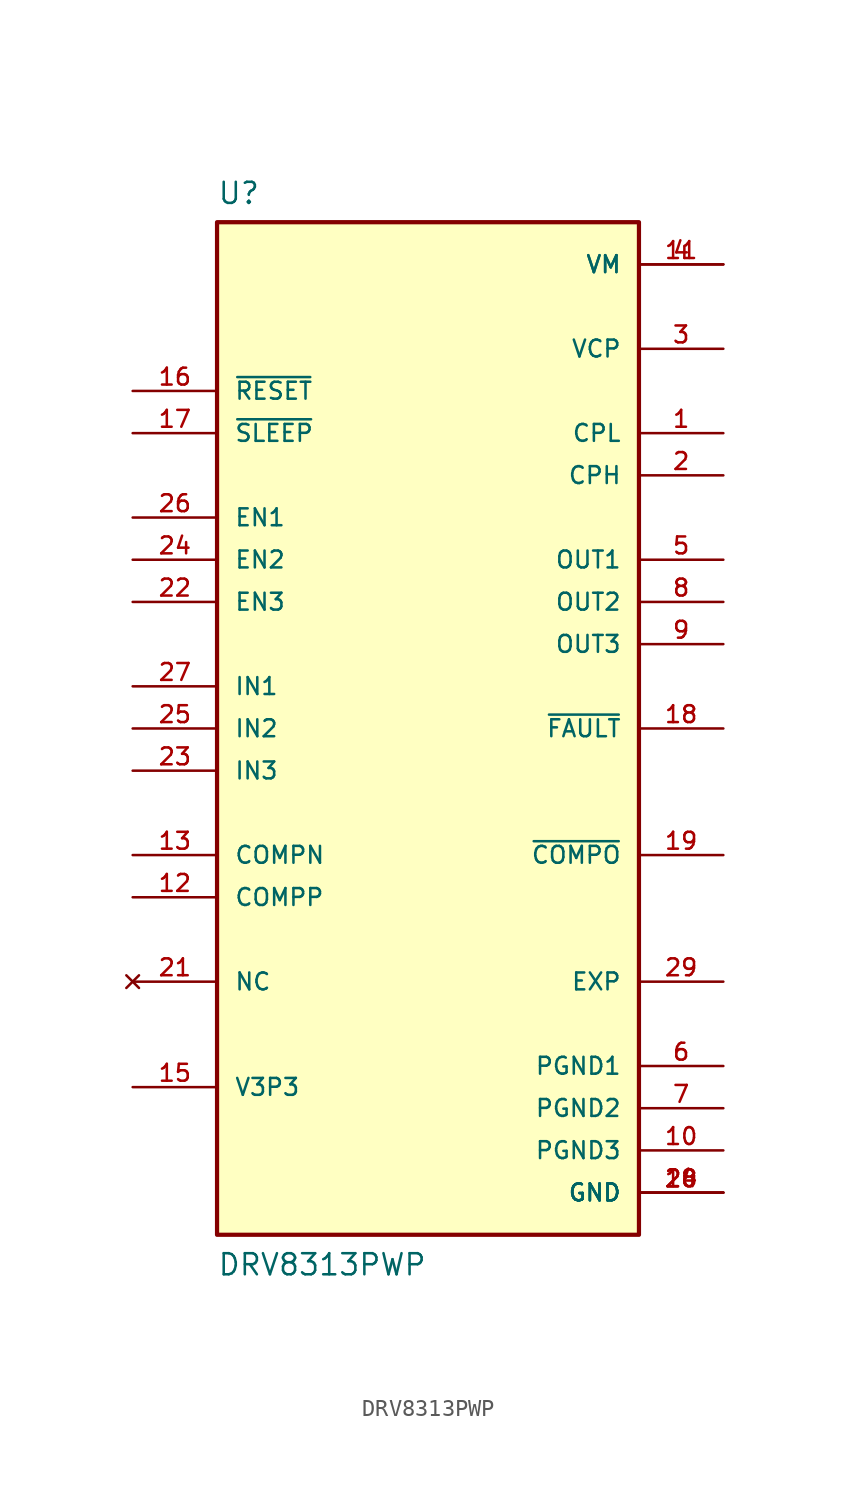
<source format=kicad_sym>
(kicad_symbol_lib
  (version 20220914)
  (generator kicad_symbol_editor)
  (symbol "DRV8313PWP"
    (pin_names
      (offset 1.016))
    (property "Reference" "U"
      (at -12.7 31.48 0)
      (effects (font (size 1.27 1.27)) (justify left bottom)))
    (property "Value" "DRV8313PWP"
      (at -12.7 -33.02 0)
      (effects (font (size 1.27 1.27)) (justify left bottom)))
    (symbol "DRV8313PWP_0_0"
      (rectangle (start -12.7 -30.48) (end 12.7 30.48) (stroke (width 0.254) (type default)) (fill (type background)))
      (pin power_in line (at 17.78 17.78 180) (length 5.08) (name "CPL" (effects (font (size 1.016 1.016)))) (number "1" (effects (font (size 1.016 1.016)))))
      (pin power_in line (at 17.78 -25.4 180) (length 5.08) (name "PGND3" (effects (font (size 1.016 1.016)))) (number "10" (effects (font (size 1.016 1.016)))))
      (pin power_in line (at 17.78 27.94 180) (length 5.08) (name "VM" (effects (font (size 1.016 1.016)))) (number "11" (effects (font (size 1.016 1.016)))))
      (pin input line (at -17.78 -10.16 0) (length 5.08) (name "COMPP" (effects (font (size 1.016 1.016)))) (number "12" (effects (font (size 1.016 1.016)))))
      (pin input line (at -17.78 -7.62 0) (length 5.08) (name "COMPN" (effects (font (size 1.016 1.016)))) (number "13" (effects (font (size 1.016 1.016)))))
      (pin power_in line (at 17.78 -27.94 180) (length 5.08) (name "GND" (effects (font (size 1.016 1.016)))) (number "14" (effects (font (size 1.016 1.016)))))
      (pin power_in line (at -17.78 -21.59 0) (length 5.08) (name "V3P3" (effects (font (size 1.016 1.016)))) (number "15" (effects (font (size 1.016 1.016)))))
      (pin input line (at -17.78 20.32 0) (length 5.08) (name "~{RESET}" (effects (font (size 1.016 1.016)))) (number "16" (effects (font (size 1.016 1.016)))))
      (pin input line (at -17.78 17.78 0) (length 5.08) (name "~{SLEEP}" (effects (font (size 1.016 1.016)))) (number "17" (effects (font (size 1.016 1.016)))))
      (pin output line (at 17.78 0 180) (length 5.08) (name "~{FAULT}" (effects (font (size 1.016 1.016)))) (number "18" (effects (font (size 1.016 1.016)))))
      (pin output line (at 17.78 -7.62 180) (length 5.08) (name "~{COMPO}" (effects (font (size 1.016 1.016)))) (number "19" (effects (font (size 1.016 1.016)))))
      (pin power_in line (at 17.78 15.24 180) (length 5.08) (name "CPH" (effects (font (size 1.016 1.016)))) (number "2" (effects (font (size 1.016 1.016)))))
      (pin power_in line (at 17.78 -27.94 180) (length 5.08) (name "GND" (effects (font (size 1.016 1.016)))) (number "20" (effects (font (size 1.016 1.016)))))
      (pin no_connect line (at -17.78 -15.24 0) (length 5.08) (name "NC" (effects (font (size 1.016 1.016)))) (number "21" (effects (font (size 1.016 1.016)))))
      (pin input line (at -17.78 7.62 0) (length 5.08) (name "EN3" (effects (font (size 1.016 1.016)))) (number "22" (effects (font (size 1.016 1.016)))))
      (pin input line (at -17.78 -2.54 0) (length 5.08) (name "IN3" (effects (font (size 1.016 1.016)))) (number "23" (effects (font (size 1.016 1.016)))))
      (pin input line (at -17.78 10.16 0) (length 5.08) (name "EN2" (effects (font (size 1.016 1.016)))) (number "24" (effects (font (size 1.016 1.016)))))
      (pin input line (at -17.78 0 0) (length 5.08) (name "IN2" (effects (font (size 1.016 1.016)))) (number "25" (effects (font (size 1.016 1.016)))))
      (pin input line (at -17.78 12.7 0) (length 5.08) (name "EN1" (effects (font (size 1.016 1.016)))) (number "26" (effects (font (size 1.016 1.016)))))
      (pin input line (at -17.78 2.54 0) (length 5.08) (name "IN1" (effects (font (size 1.016 1.016)))) (number "27" (effects (font (size 1.016 1.016)))))
      (pin power_in line (at 17.78 -27.94 180) (length 5.08) (name "GND" (effects (font (size 1.016 1.016)))) (number "28" (effects (font (size 1.016 1.016)))))
      (pin power_in line (at 17.78 -15.24 180) (length 5.08) (name "EXP" (effects (font (size 1.016 1.016)))) (number "29" (effects (font (size 1.016 1.016)))))
      (pin power_in line (at 17.78 22.86 180) (length 5.08) (name "VCP" (effects (font (size 1.016 1.016)))) (number "3" (effects (font (size 1.016 1.016)))))
      (pin power_in line (at 17.78 27.94 180) (length 5.08) (name "VM" (effects (font (size 1.016 1.016)))) (number "4" (effects (font (size 1.016 1.016)))))
      (pin output line (at 17.78 10.16 180) (length 5.08) (name "OUT1" (effects (font (size 1.016 1.016)))) (number "5" (effects (font (size 1.016 1.016)))))
      (pin power_in line (at 17.78 -20.32 180) (length 5.08) (name "PGND1" (effects (font (size 1.016 1.016)))) (number "6" (effects (font (size 1.016 1.016)))))
      (pin power_in line (at 17.78 -22.86 180) (length 5.08) (name "PGND2" (effects (font (size 1.016 1.016)))) (number "7" (effects (font (size 1.016 1.016)))))
      (pin output line (at 17.78 7.62 180) (length 5.08) (name "OUT2" (effects (font (size 1.016 1.016)))) (number "8" (effects (font (size 1.016 1.016)))))
      (pin output line (at 17.78 5.08 180) (length 5.08) (name "OUT3" (effects (font (size 1.016 1.016)))) (number "9" (effects (font (size 1.016 1.016))))))))
</source>
